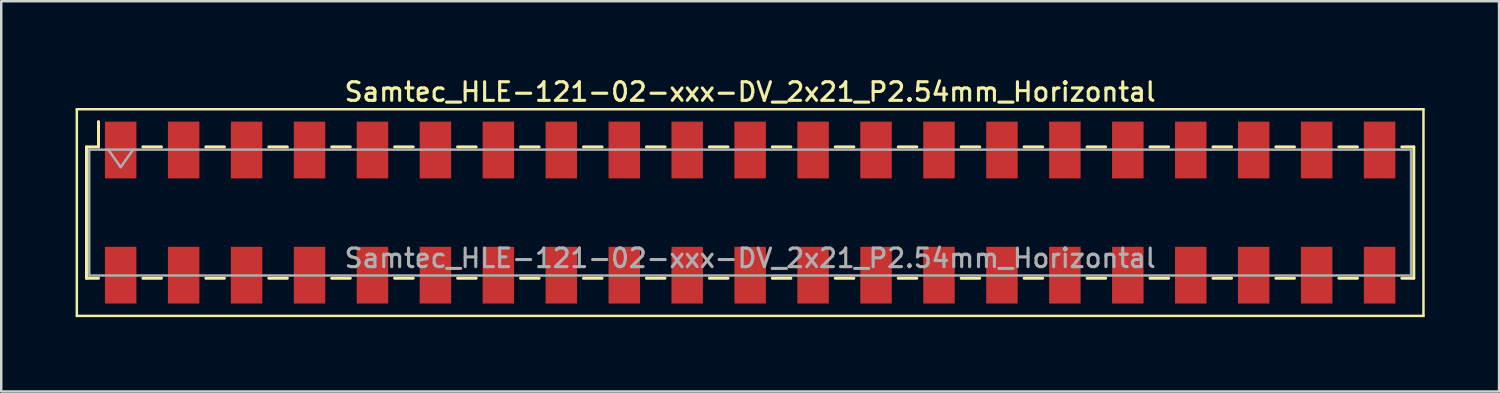
<source format=kicad_pcb>
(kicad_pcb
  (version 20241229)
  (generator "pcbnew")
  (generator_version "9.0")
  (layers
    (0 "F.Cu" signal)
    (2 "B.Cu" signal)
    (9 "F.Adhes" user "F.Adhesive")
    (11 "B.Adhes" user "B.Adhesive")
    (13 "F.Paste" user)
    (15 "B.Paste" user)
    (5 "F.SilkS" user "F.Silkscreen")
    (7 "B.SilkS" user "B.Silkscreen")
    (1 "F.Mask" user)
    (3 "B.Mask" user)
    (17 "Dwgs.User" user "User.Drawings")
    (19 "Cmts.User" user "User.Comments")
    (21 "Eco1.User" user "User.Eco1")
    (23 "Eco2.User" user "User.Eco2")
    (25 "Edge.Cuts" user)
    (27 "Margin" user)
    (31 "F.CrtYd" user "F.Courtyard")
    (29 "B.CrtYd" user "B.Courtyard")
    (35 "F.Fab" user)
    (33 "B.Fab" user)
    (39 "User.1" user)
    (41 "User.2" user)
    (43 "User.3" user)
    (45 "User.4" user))
  (footprint "Samtec_HLE-121-02-xxx-DV_2x21_P2.54mm_Horizontal"
    (layer "F.Cu")
    (at 27.22 5.528)
    (property "Reference" "Samtec_HLE-121-02-xxx-DV_2x21_P2.54mm_Horizontal" (at 0 -4.87 0) (layer "F.SilkS") (effects (font (size 0.75 0.75) (thickness 0.125))))
    (attr smd)
    (fp_line (start -27.17 -4.17) (end 27.17 -4.17) (stroke (width 0.1) (type solid)) (layer "F.SilkS"))
    (fp_line (start -27.17 4.17) (end -27.17 -4.17) (stroke (width 0.1) (type solid)) (layer "F.SilkS"))
    (fp_line (start -26.78 -2.65) (end -26.78 2.65) (stroke (width 0.12) (type solid)) (layer "F.SilkS"))
    (fp_line (start -26.78 2.65) (end -26.295 2.65) (stroke (width 0.12) (type solid)) (layer "F.SilkS"))
    (fp_line (start -26.295 -3.67) (end -26.295 -2.65) (stroke (width 0.12) (type solid)) (layer "F.SilkS"))
    (fp_line (start -26.295 -2.65) (end -26.78 -2.65) (stroke (width 0.12) (type solid)) (layer "F.SilkS"))
    (fp_line (start -24.505 -2.65) (end -23.755 -2.65) (stroke (width 0.12) (type solid)) (layer "F.SilkS"))
    (fp_line (start -24.505 2.65) (end -23.755 2.65) (stroke (width 0.12) (type solid)) (layer "F.SilkS"))
    (fp_line (start -21.965 -2.65) (end -21.215 -2.65) (stroke (width 0.12) (type solid)) (layer "F.SilkS"))
    (fp_line (start -21.965 2.65) (end -21.215 2.65) (stroke (width 0.12) (type solid)) (layer "F.SilkS"))
    (fp_line (start -19.425 -2.65) (end -18.675 -2.65) (stroke (width 0.12) (type solid)) (layer "F.SilkS"))
    (fp_line (start -19.425 2.65) (end -18.675 2.65) (stroke (width 0.12) (type solid)) (layer "F.SilkS"))
    (fp_line (start -16.885 -2.65) (end -16.135 -2.65) (stroke (width 0.12) (type solid)) (layer "F.SilkS"))
    (fp_line (start -16.885 2.65) (end -16.135 2.65) (stroke (width 0.12) (type solid)) (layer "F.SilkS"))
    (fp_line (start -14.345 -2.65) (end -13.595 -2.65) (stroke (width 0.12) (type solid)) (layer "F.SilkS"))
    (fp_line (start -14.345 2.65) (end -13.595 2.65) (stroke (width 0.12) (type solid)) (layer "F.SilkS"))
    (fp_line (start -11.805 -2.65) (end -11.055 -2.65) (stroke (width 0.12) (type solid)) (layer "F.SilkS"))
    (fp_line (start -11.805 2.65) (end -11.055 2.65) (stroke (width 0.12) (type solid)) (layer "F.SilkS"))
    (fp_line (start -9.265 -2.65) (end -8.515 -2.65) (stroke (width 0.12) (type solid)) (layer "F.SilkS"))
    (fp_line (start -9.265 2.65) (end -8.515 2.65) (stroke (width 0.12) (type solid)) (layer "F.SilkS"))
    (fp_line (start -6.725 -2.65) (end -5.975 -2.65) (stroke (width 0.12) (type solid)) (layer "F.SilkS"))
    (fp_line (start -6.725 2.65) (end -5.975 2.65) (stroke (width 0.12) (type solid)) (layer "F.SilkS"))
    (fp_line (start -4.185 -2.65) (end -3.435 -2.65) (stroke (width 0.12) (type solid)) (layer "F.SilkS"))
    (fp_line (start -4.185 2.65) (end -3.435 2.65) (stroke (width 0.12) (type solid)) (layer "F.SilkS"))
    (fp_line (start -1.645 -2.65) (end -0.895 -2.65) (stroke (width 0.12) (type solid)) (layer "F.SilkS"))
    (fp_line (start -1.645 2.65) (end -0.895 2.65) (stroke (width 0.12) (type solid)) (layer "F.SilkS"))
    (fp_line (start 0.895 -2.65) (end 1.645 -2.65) (stroke (width 0.12) (type solid)) (layer "F.SilkS"))
    (fp_line (start 0.895 2.65) (end 1.645 2.65) (stroke (width 0.12) (type solid)) (layer "F.SilkS"))
    (fp_line (start 3.435 -2.65) (end 4.185 -2.65) (stroke (width 0.12) (type solid)) (layer "F.SilkS"))
    (fp_line (start 3.435 2.65) (end 4.185 2.65) (stroke (width 0.12) (type solid)) (layer "F.SilkS"))
    (fp_line (start 5.975 -2.65) (end 6.725 -2.65) (stroke (width 0.12) (type solid)) (layer "F.SilkS"))
    (fp_line (start 5.975 2.65) (end 6.725 2.65) (stroke (width 0.12) (type solid)) (layer "F.SilkS"))
    (fp_line (start 8.515 -2.65) (end 9.265 -2.65) (stroke (width 0.12) (type solid)) (layer "F.SilkS"))
    (fp_line (start 8.515 2.65) (end 9.265 2.65) (stroke (width 0.12) (type solid)) (layer "F.SilkS"))
    (fp_line (start 11.055 -2.65) (end 11.805 -2.65) (stroke (width 0.12) (type solid)) (layer "F.SilkS"))
    (fp_line (start 11.055 2.65) (end 11.805 2.65) (stroke (width 0.12) (type solid)) (layer "F.SilkS"))
    (fp_line (start 13.595 -2.65) (end 14.345 -2.65) (stroke (width 0.12) (type solid)) (layer "F.SilkS"))
    (fp_line (start 13.595 2.65) (end 14.345 2.65) (stroke (width 0.12) (type solid)) (layer "F.SilkS"))
    (fp_line (start 16.135 -2.65) (end 16.885 -2.65) (stroke (width 0.12) (type solid)) (layer "F.SilkS"))
    (fp_line (start 16.135 2.65) (end 16.885 2.65) (stroke (width 0.12) (type solid)) (layer "F.SilkS"))
    (fp_line (start 18.675 -2.65) (end 19.425 -2.65) (stroke (width 0.12) (type solid)) (layer "F.SilkS"))
    (fp_line (start 18.675 2.65) (end 19.425 2.65) (stroke (width 0.12) (type solid)) (layer "F.SilkS"))
    (fp_line (start 21.215 -2.65) (end 21.965 -2.65) (stroke (width 0.12) (type solid)) (layer "F.SilkS"))
    (fp_line (start 21.215 2.65) (end 21.965 2.65) (stroke (width 0.12) (type solid)) (layer "F.SilkS"))
    (fp_line (start 23.755 -2.65) (end 24.505 -2.65) (stroke (width 0.12) (type solid)) (layer "F.SilkS"))
    (fp_line (start 23.755 2.65) (end 24.505 2.65) (stroke (width 0.12) (type solid)) (layer "F.SilkS"))
    (fp_line (start 26.295 -2.65) (end 26.78 -2.65) (stroke (width 0.12) (type solid)) (layer "F.SilkS"))
    (fp_line (start 26.78 -2.65) (end 26.78 2.65) (stroke (width 0.12) (type solid)) (layer "F.SilkS"))
    (fp_line (start 26.78 2.65) (end 26.295 2.65) (stroke (width 0.12) (type solid)) (layer "F.SilkS"))
    (fp_line (start 27.17 -4.17) (end 27.17 4.17) (stroke (width 0.1) (type solid)) (layer "F.SilkS"))
    (fp_line (start 27.17 4.17) (end -27.17 4.17) (stroke (width 0.1) (type solid)) (layer "F.SilkS"))
    (fp_line (start -26.67 -2.54) (end 26.67 -2.54) (stroke (width 0.1) (type solid)) (layer "F.Fab"))
    (fp_line (start -26.67 2.54) (end -26.67 -2.54) (stroke (width 0.1) (type solid)) (layer "F.Fab"))
    (fp_line (start -25.9 -2.54) (end -25.4 -1.833) (stroke (width 0.1) (type solid)) (layer "F.Fab"))
    (fp_line (start -25.4 -1.833) (end -24.9 -2.54) (stroke (width 0.1) (type solid)) (layer "F.Fab"))
    (fp_line (start 26.67 -2.54) (end 26.67 2.54) (stroke (width 0.1) (type solid)) (layer "F.Fab"))
    (fp_line (start 26.67 2.54) (end -26.67 2.54) (stroke (width 0.1) (type solid)) (layer "F.Fab"))
    (fp_text user "${REFERENCE}" (at 0 1.84 0) (layer "F.Fab") (effects (font (size 0.75 0.75) (thickness 0.125))))
    (pad "1" smd rect (at -25.4 -2.525) (size 1.27 2.29) (layers "F.Cu" "F.Mask" "F.Paste"))
    (pad "2" smd rect (at -25.4 2.525) (size 1.27 2.29) (layers "F.Cu" "F.Mask" "F.Paste"))
    (pad "3" smd rect (at -22.86 -2.525) (size 1.27 2.29) (layers "F.Cu" "F.Mask" "F.Paste"))
    (pad "4" smd rect (at -22.86 2.525) (size 1.27 2.29) (layers "F.Cu" "F.Mask" "F.Paste"))
    (pad "5" smd rect (at -20.32 -2.525) (size 1.27 2.29) (layers "F.Cu" "F.Mask" "F.Paste"))
    (pad "6" smd rect (at -20.32 2.525) (size 1.27 2.29) (layers "F.Cu" "F.Mask" "F.Paste"))
    (pad "7" smd rect (at -17.78 -2.525) (size 1.27 2.29) (layers "F.Cu" "F.Mask" "F.Paste"))
    (pad "8" smd rect (at -17.78 2.525) (size 1.27 2.29) (layers "F.Cu" "F.Mask" "F.Paste"))
    (pad "9" smd rect (at -15.24 -2.525) (size 1.27 2.29) (layers "F.Cu" "F.Mask" "F.Paste"))
    (pad "10" smd rect (at -15.24 2.525) (size 1.27 2.29) (layers "F.Cu" "F.Mask" "F.Paste"))
    (pad "11" smd rect (at -12.7 -2.525) (size 1.27 2.29) (layers "F.Cu" "F.Mask" "F.Paste"))
    (pad "12" smd rect (at -12.7 2.525) (size 1.27 2.29) (layers "F.Cu" "F.Mask" "F.Paste"))
    (pad "13" smd rect (at -10.16 -2.525) (size 1.27 2.29) (layers "F.Cu" "F.Mask" "F.Paste"))
    (pad "14" smd rect (at -10.16 2.525) (size 1.27 2.29) (layers "F.Cu" "F.Mask" "F.Paste"))
    (pad "15" smd rect (at -7.62 -2.525) (size 1.27 2.29) (layers "F.Cu" "F.Mask" "F.Paste"))
    (pad "16" smd rect (at -7.62 2.525) (size 1.27 2.29) (layers "F.Cu" "F.Mask" "F.Paste"))
    (pad "17" smd rect (at -5.08 -2.525) (size 1.27 2.29) (layers "F.Cu" "F.Mask" "F.Paste"))
    (pad "18" smd rect (at -5.08 2.525) (size 1.27 2.29) (layers "F.Cu" "F.Mask" "F.Paste"))
    (pad "19" smd rect (at -2.54 -2.525) (size 1.27 2.29) (layers "F.Cu" "F.Mask" "F.Paste"))
    (pad "20" smd rect (at -2.54 2.525) (size 1.27 2.29) (layers "F.Cu" "F.Mask" "F.Paste"))
    (pad "21" smd rect (at 0 -2.525) (size 1.27 2.29) (layers "F.Cu" "F.Mask" "F.Paste"))
    (pad "22" smd rect (at 0 2.525) (size 1.27 2.29) (layers "F.Cu" "F.Mask" "F.Paste"))
    (pad "23" smd rect (at 2.54 -2.525) (size 1.27 2.29) (layers "F.Cu" "F.Mask" "F.Paste"))
    (pad "24" smd rect (at 2.54 2.525) (size 1.27 2.29) (layers "F.Cu" "F.Mask" "F.Paste"))
    (pad "25" smd rect (at 5.08 -2.525) (size 1.27 2.29) (layers "F.Cu" "F.Mask" "F.Paste"))
    (pad "26" smd rect (at 5.08 2.525) (size 1.27 2.29) (layers "F.Cu" "F.Mask" "F.Paste"))
    (pad "27" smd rect (at 7.62 -2.525) (size 1.27 2.29) (layers "F.Cu" "F.Mask" "F.Paste"))
    (pad "28" smd rect (at 7.62 2.525) (size 1.27 2.29) (layers "F.Cu" "F.Mask" "F.Paste"))
    (pad "29" smd rect (at 10.16 -2.525) (size 1.27 2.29) (layers "F.Cu" "F.Mask" "F.Paste"))
    (pad "30" smd rect (at 10.16 2.525) (size 1.27 2.29) (layers "F.Cu" "F.Mask" "F.Paste"))
    (pad "31" smd rect (at 12.7 -2.525) (size 1.27 2.29) (layers "F.Cu" "F.Mask" "F.Paste"))
    (pad "32" smd rect (at 12.7 2.525) (size 1.27 2.29) (layers "F.Cu" "F.Mask" "F.Paste"))
    (pad "33" smd rect (at 15.24 -2.525) (size 1.27 2.29) (layers "F.Cu" "F.Mask" "F.Paste"))
    (pad "34" smd rect (at 15.24 2.525) (size 1.27 2.29) (layers "F.Cu" "F.Mask" "F.Paste"))
    (pad "35" smd rect (at 17.78 -2.525) (size 1.27 2.29) (layers "F.Cu" "F.Mask" "F.Paste"))
    (pad "36" smd rect (at 17.78 2.525) (size 1.27 2.29) (layers "F.Cu" "F.Mask" "F.Paste"))
    (pad "37" smd rect (at 20.32 -2.525) (size 1.27 2.29) (layers "F.Cu" "F.Mask" "F.Paste"))
    (pad "38" smd rect (at 20.32 2.525) (size 1.27 2.29) (layers "F.Cu" "F.Mask" "F.Paste"))
    (pad "39" smd rect (at 22.86 -2.525) (size 1.27 2.29) (layers "F.Cu" "F.Mask" "F.Paste"))
    (pad "40" smd rect (at 22.86 2.525) (size 1.27 2.29) (layers "F.Cu" "F.Mask" "F.Paste"))
    (pad "41" smd rect (at 25.4 -2.525) (size 1.27 2.29) (layers "F.Cu" "F.Mask" "F.Paste"))
    (pad "42" smd rect (at 25.4 2.525) (size 1.27 2.29) (layers "F.Cu" "F.Mask" "F.Paste")))
  (gr_rect
    (start -3 -3)
    (end 57.44 12.748)
    (stroke (width 0.1) (type default))
    (fill no)
    (layer "Edge.Cuts")))
</source>
